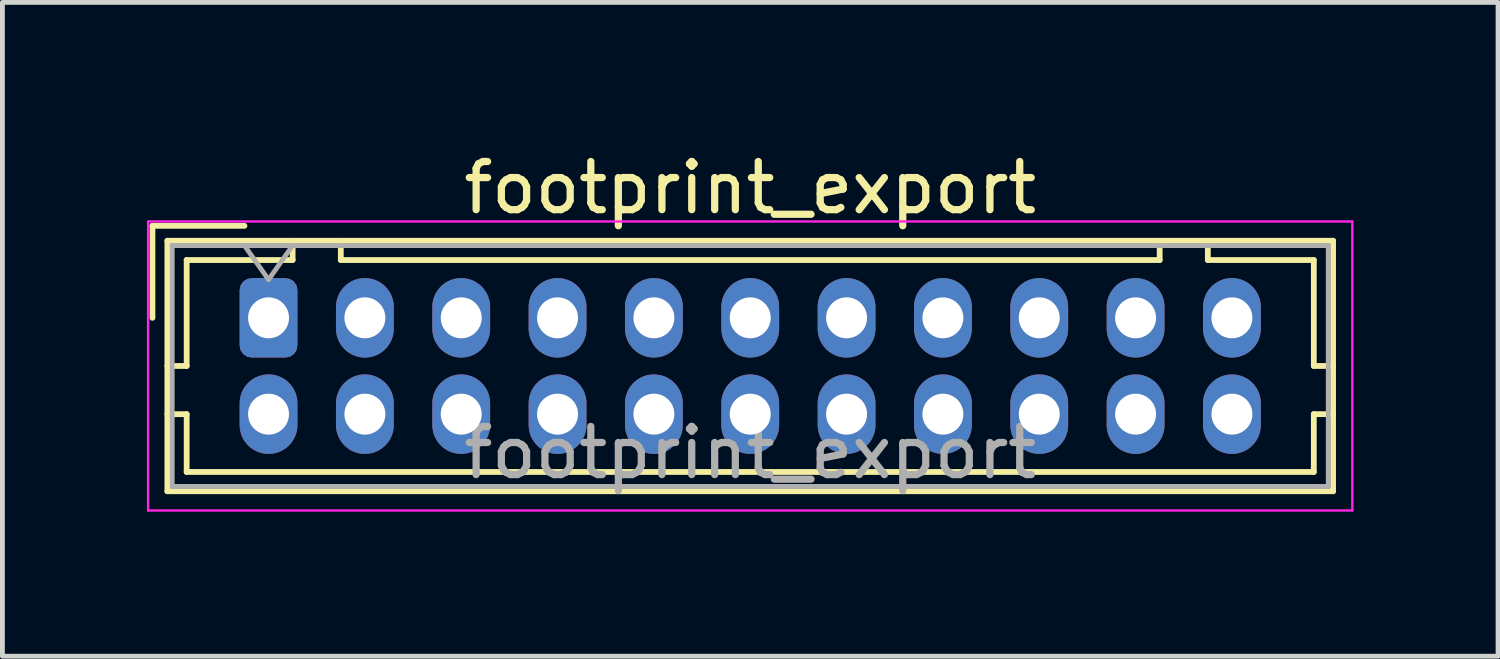
<source format=kicad_pcb>
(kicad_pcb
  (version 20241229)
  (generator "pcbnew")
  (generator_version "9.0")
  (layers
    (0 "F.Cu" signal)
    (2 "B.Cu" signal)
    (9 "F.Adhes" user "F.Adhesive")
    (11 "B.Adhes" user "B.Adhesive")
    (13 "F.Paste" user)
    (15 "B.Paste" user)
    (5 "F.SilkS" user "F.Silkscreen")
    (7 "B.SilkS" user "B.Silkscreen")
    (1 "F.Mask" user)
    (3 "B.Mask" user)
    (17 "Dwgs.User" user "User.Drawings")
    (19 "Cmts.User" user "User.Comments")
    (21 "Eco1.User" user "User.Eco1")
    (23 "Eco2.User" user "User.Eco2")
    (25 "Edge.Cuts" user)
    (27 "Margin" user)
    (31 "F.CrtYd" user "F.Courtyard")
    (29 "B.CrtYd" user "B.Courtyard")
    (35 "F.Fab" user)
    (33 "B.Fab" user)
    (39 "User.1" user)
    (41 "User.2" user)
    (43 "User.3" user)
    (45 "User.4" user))
  (footprint "footprint_export"
    (layer "F.Cu")
    (at 2.525 3.548)
    (property "Reference" "footprint_export" (at 10 -2.7 0) (layer "F.SilkS") (effects (font (size 1 1) (thickness 0.15))))
    (attr through_hole)
    (fp_line (start -2.41 -1.91) (end -0.5 -1.91) (stroke (width 0.12) (type solid)) (layer "F.SilkS"))
    (fp_line (start -2.41 0) (end -2.41 -1.91) (stroke (width 0.12) (type solid)) (layer "F.SilkS"))
    (fp_line (start -2.1 -1.6) (end -2.1 3.6) (stroke (width 0.12) (type solid)) (layer "F.SilkS"))
    (fp_line (start -2.1 1) (end -1.7 1) (stroke (width 0.12) (type solid)) (layer "F.SilkS"))
    (fp_line (start -2.1 2) (end -1.7 2) (stroke (width 0.12) (type solid)) (layer "F.SilkS"))
    (fp_line (start -2.1 3.6) (end 22.1 3.6) (stroke (width 0.12) (type solid)) (layer "F.SilkS"))
    (fp_line (start -1.7 -1.2) (end 0.5 -1.2) (stroke (width 0.12) (type solid)) (layer "F.SilkS"))
    (fp_line (start -1.7 1) (end -1.7 -1.2) (stroke (width 0.12) (type solid)) (layer "F.SilkS"))
    (fp_line (start -1.7 2) (end -1.7 3.2) (stroke (width 0.12) (type solid)) (layer "F.SilkS"))
    (fp_line (start -1.7 3.2) (end 21.7 3.2) (stroke (width 0.12) (type solid)) (layer "F.SilkS"))
    (fp_line (start 0.5 -1.2) (end 0.5 -1.6) (stroke (width 0.12) (type solid)) (layer "F.SilkS"))
    (fp_line (start 1.5 -1.6) (end 1.5 -1.2) (stroke (width 0.12) (type solid)) (layer "F.SilkS"))
    (fp_line (start 1.5 -1.2) (end 18.5 -1.2) (stroke (width 0.12) (type solid)) (layer "F.SilkS"))
    (fp_line (start 18.5 -1.2) (end 18.5 -1.6) (stroke (width 0.12) (type solid)) (layer "F.SilkS"))
    (fp_line (start 19.5 -1.2) (end 19.5 -1.6) (stroke (width 0.12) (type solid)) (layer "F.SilkS"))
    (fp_line (start 21.7 -1.2) (end 19.5 -1.2) (stroke (width 0.12) (type solid)) (layer "F.SilkS"))
    (fp_line (start 21.7 1) (end 21.7 -1.2) (stroke (width 0.12) (type solid)) (layer "F.SilkS"))
    (fp_line (start 21.7 2) (end 22.1 2) (stroke (width 0.12) (type solid)) (layer "F.SilkS"))
    (fp_line (start 21.7 3.2) (end 21.7 2) (stroke (width 0.12) (type solid)) (layer "F.SilkS"))
    (fp_line (start 22.1 -1.6) (end -2.1 -1.6) (stroke (width 0.12) (type solid)) (layer "F.SilkS"))
    (fp_line (start 22.1 1) (end 21.7 1) (stroke (width 0.12) (type solid)) (layer "F.SilkS"))
    (fp_line (start 22.1 3.6) (end 22.1 -1.6) (stroke (width 0.12) (type solid)) (layer "F.SilkS"))
    (fp_line (start -2.5 -2) (end -2.5 4) (stroke (width 0.05) (type solid)) (layer "F.CrtYd"))
    (fp_line (start -2.5 4) (end 22.5 4) (stroke (width 0.05) (type solid)) (layer "F.CrtYd"))
    (fp_line (start 22.5 -2) (end -2.5 -2) (stroke (width 0.05) (type solid)) (layer "F.CrtYd"))
    (fp_line (start 22.5 4) (end 22.5 -2) (stroke (width 0.05) (type solid)) (layer "F.CrtYd"))
    (fp_line (start -2 -1.5) (end -2 3.5) (stroke (width 0.1) (type solid)) (layer "F.Fab"))
    (fp_line (start -2 3.5) (end 22 3.5) (stroke (width 0.1) (type solid)) (layer "F.Fab"))
    (fp_line (start -0.5 -1.5) (end 0 -0.793) (stroke (width 0.1) (type solid)) (layer "F.Fab"))
    (fp_line (start 0 -0.793) (end 0.5 -1.5) (stroke (width 0.1) (type solid)) (layer "F.Fab"))
    (fp_line (start 22 -1.5) (end -2 -1.5) (stroke (width 0.1) (type solid)) (layer "F.Fab"))
    (fp_line (start 22 3.5) (end 22 -1.5) (stroke (width 0.1) (type solid)) (layer "F.Fab"))
    (fp_text user "${REFERENCE}" (at 10 2.8 0) (layer "F.Fab") (effects (font (size 1 1) (thickness 0.15))))
    (pad "1" thru_hole roundrect (at 0 0) (size 1.2 1.65) (drill 0.85) (layers "*.Cu" "*.Mask") (roundrect_rratio 0.208))
    (pad "2" thru_hole oval (at 0 2) (size 1.2 1.65) (drill 0.85) (layers "*.Cu" "*.Mask"))
    (pad "3" thru_hole oval (at 2 0) (size 1.2 1.65) (drill 0.85) (layers "*.Cu" "*.Mask"))
    (pad "4" thru_hole oval (at 2 2) (size 1.2 1.65) (drill 0.85) (layers "*.Cu" "*.Mask"))
    (pad "5" thru_hole oval (at 4 0) (size 1.2 1.65) (drill 0.85) (layers "*.Cu" "*.Mask"))
    (pad "6" thru_hole oval (at 4 2) (size 1.2 1.65) (drill 0.85) (layers "*.Cu" "*.Mask"))
    (pad "7" thru_hole oval (at 6 0) (size 1.2 1.65) (drill 0.85) (layers "*.Cu" "*.Mask"))
    (pad "8" thru_hole oval (at 6 2) (size 1.2 1.65) (drill 0.85) (layers "*.Cu" "*.Mask"))
    (pad "9" thru_hole oval (at 8 0) (size 1.2 1.65) (drill 0.85) (layers "*.Cu" "*.Mask"))
    (pad "10" thru_hole oval (at 8 2) (size 1.2 1.65) (drill 0.85) (layers "*.Cu" "*.Mask"))
    (pad "11" thru_hole oval (at 10 0) (size 1.2 1.65) (drill 0.85) (layers "*.Cu" "*.Mask"))
    (pad "12" thru_hole oval (at 10 2) (size 1.2 1.65) (drill 0.85) (layers "*.Cu" "*.Mask"))
    (pad "13" thru_hole oval (at 12 0) (size 1.2 1.65) (drill 0.85) (layers "*.Cu" "*.Mask"))
    (pad "14" thru_hole oval (at 12 2) (size 1.2 1.65) (drill 0.85) (layers "*.Cu" "*.Mask"))
    (pad "15" thru_hole oval (at 14 0) (size 1.2 1.65) (drill 0.85) (layers "*.Cu" "*.Mask"))
    (pad "16" thru_hole oval (at 14 2) (size 1.2 1.65) (drill 0.85) (layers "*.Cu" "*.Mask"))
    (pad "17" thru_hole oval (at 16 0) (size 1.2 1.65) (drill 0.85) (layers "*.Cu" "*.Mask"))
    (pad "18" thru_hole oval (at 16 2) (size 1.2 1.65) (drill 0.85) (layers "*.Cu" "*.Mask"))
    (pad "19" thru_hole oval (at 18 0) (size 1.2 1.65) (drill 0.85) (layers "*.Cu" "*.Mask"))
    (pad "20" thru_hole oval (at 18 2) (size 1.2 1.65) (drill 0.85) (layers "*.Cu" "*.Mask"))
    (pad "21" thru_hole oval (at 20 0) (size 1.2 1.65) (drill 0.85) (layers "*.Cu" "*.Mask"))
    (pad "22" thru_hole oval (at 20 2) (size 1.2 1.65) (drill 0.85) (layers "*.Cu" "*.Mask")))
  (gr_rect
    (start -3 -3)
    (end 28.05 10.573)
    (stroke (width 0.1) (type default))
    (fill no)
    (layer "Edge.Cuts")))
</source>
